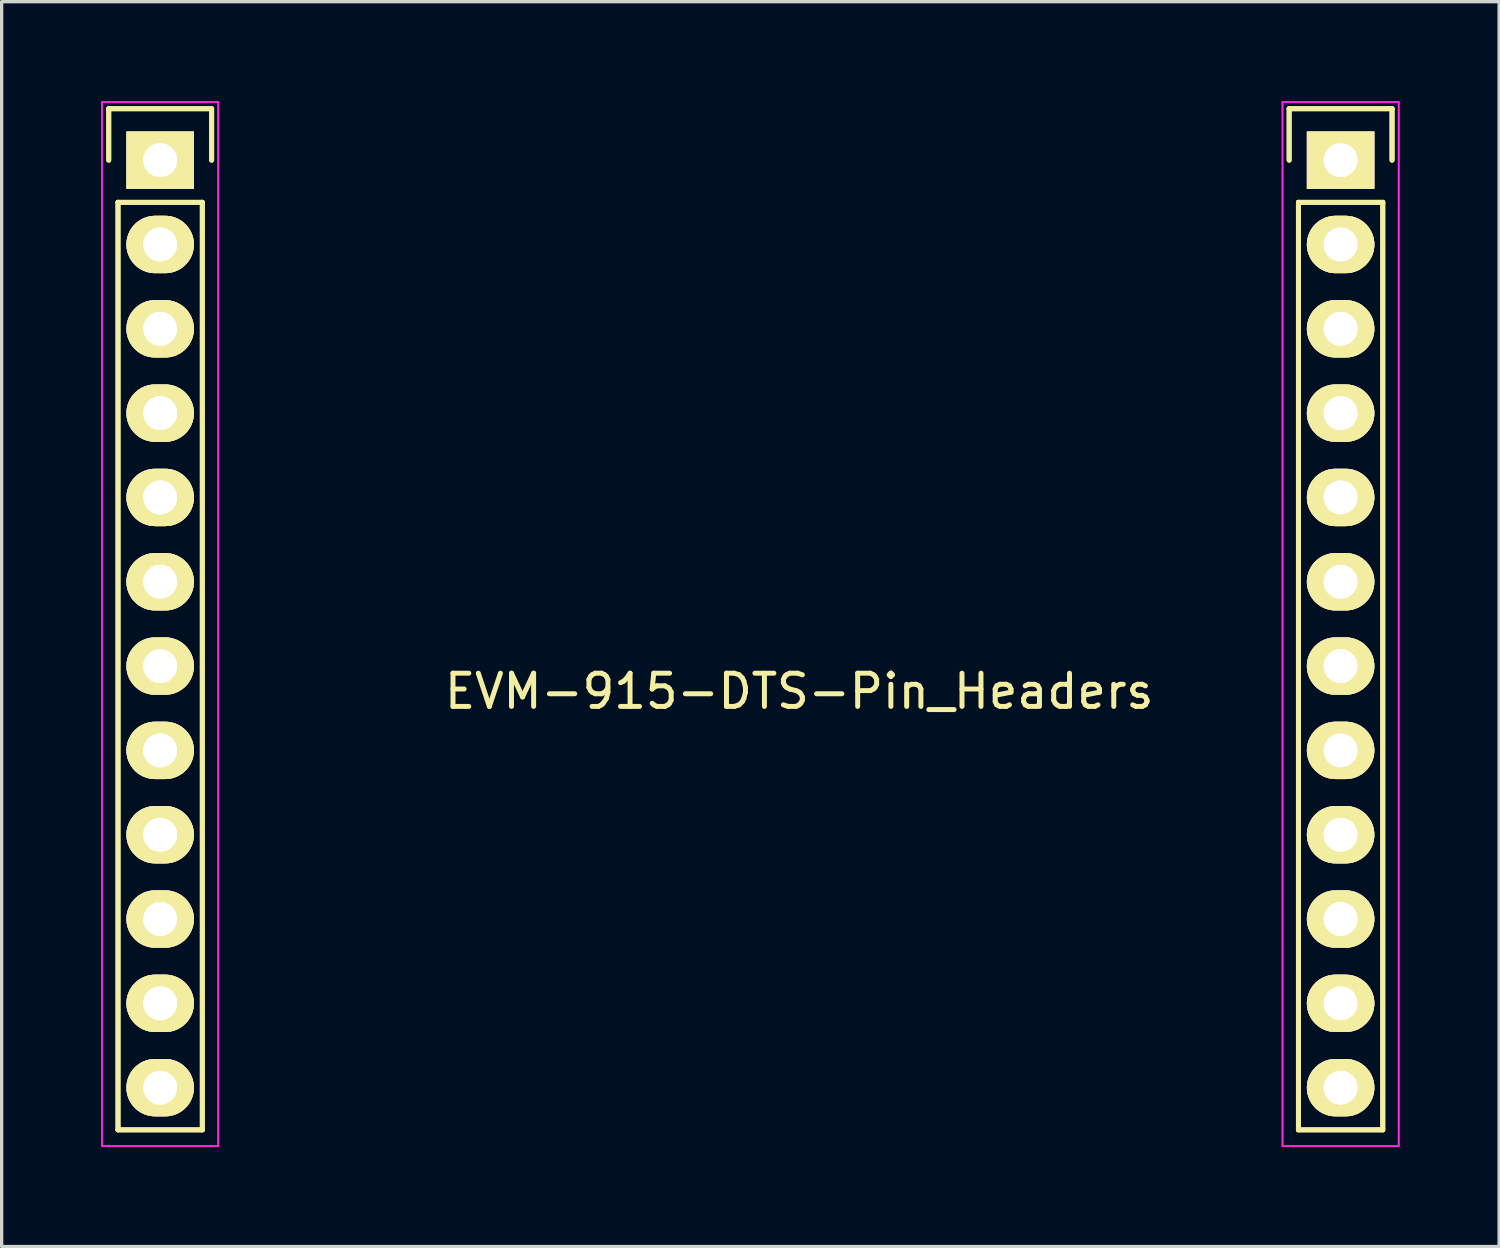
<source format=kicad_pcb>
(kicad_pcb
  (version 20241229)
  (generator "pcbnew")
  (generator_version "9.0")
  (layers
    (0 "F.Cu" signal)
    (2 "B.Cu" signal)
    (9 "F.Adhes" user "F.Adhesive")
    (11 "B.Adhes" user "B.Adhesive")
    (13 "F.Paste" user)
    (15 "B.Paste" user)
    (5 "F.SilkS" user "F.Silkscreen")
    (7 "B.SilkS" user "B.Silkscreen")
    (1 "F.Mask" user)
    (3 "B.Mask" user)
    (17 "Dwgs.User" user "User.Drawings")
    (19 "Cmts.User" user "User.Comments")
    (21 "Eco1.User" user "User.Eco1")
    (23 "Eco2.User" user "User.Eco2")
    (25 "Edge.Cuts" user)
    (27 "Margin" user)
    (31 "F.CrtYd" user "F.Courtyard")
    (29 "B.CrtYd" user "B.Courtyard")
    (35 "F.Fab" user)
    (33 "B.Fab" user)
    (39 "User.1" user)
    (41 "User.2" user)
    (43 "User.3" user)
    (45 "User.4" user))
  (footprint "EVM-915-DTS-Pin_Headers"
    (layer "F.Cu")
    (at 1.775 1.775)
    (property "Reference" "EVM-915-DTS-Pin_Headers" (at 19.25 16 0) (layer "F.SilkS") (effects (font (size 1 1) (thickness 0.15))))
    (attr through_hole)
    (fp_line (start -1.55 -1.55) (end 1.55 -1.55) (stroke (width 0.15) (type solid)) (layer "F.SilkS"))
    (fp_line (start -1.55 -1.55) (end 1.55 -1.55) (stroke (width 0.15) (type solid)) (layer "F.SilkS"))
    (fp_line (start -1.55 0) (end -1.55 -1.55) (stroke (width 0.15) (type solid)) (layer "F.SilkS"))
    (fp_line (start -1.55 0) (end -1.55 -1.55) (stroke (width 0.15) (type solid)) (layer "F.SilkS"))
    (fp_line (start -1.27 29.21) (end -1.27 1.27) (stroke (width 0.15) (type solid)) (layer "F.SilkS"))
    (fp_line (start -1.27 29.21) (end -1.27 1.27) (stroke (width 0.15) (type solid)) (layer "F.SilkS"))
    (fp_line (start 1.27 1.27) (end -1.27 1.27) (stroke (width 0.15) (type solid)) (layer "F.SilkS"))
    (fp_line (start 1.27 1.27) (end -1.27 1.27) (stroke (width 0.15) (type solid)) (layer "F.SilkS"))
    (fp_line (start 1.27 1.27) (end 1.27 29.21) (stroke (width 0.15) (type solid)) (layer "F.SilkS"))
    (fp_line (start 1.27 1.27) (end 1.27 29.21) (stroke (width 0.15) (type solid)) (layer "F.SilkS"))
    (fp_line (start 1.27 29.21) (end -1.27 29.21) (stroke (width 0.15) (type solid)) (layer "F.SilkS"))
    (fp_line (start 1.27 29.21) (end -1.27 29.21) (stroke (width 0.15) (type solid)) (layer "F.SilkS"))
    (fp_line (start 1.55 -1.55) (end 1.55 0) (stroke (width 0.15) (type solid)) (layer "F.SilkS"))
    (fp_line (start 1.55 -1.55) (end 1.55 0) (stroke (width 0.15) (type solid)) (layer "F.SilkS"))
    (fp_line (start 34.01 -1.55) (end 37.11 -1.55) (stroke (width 0.15) (type solid)) (layer "F.SilkS"))
    (fp_line (start 34.01 -1.55) (end 37.11 -1.55) (stroke (width 0.15) (type solid)) (layer "F.SilkS"))
    (fp_line (start 34.01 0) (end 34.01 -1.55) (stroke (width 0.15) (type solid)) (layer "F.SilkS"))
    (fp_line (start 34.01 0) (end 34.01 -1.55) (stroke (width 0.15) (type solid)) (layer "F.SilkS"))
    (fp_line (start 34.29 29.21) (end 34.29 1.27) (stroke (width 0.15) (type solid)) (layer "F.SilkS"))
    (fp_line (start 34.29 29.21) (end 34.29 1.27) (stroke (width 0.15) (type solid)) (layer "F.SilkS"))
    (fp_line (start 36.83 1.27) (end 34.29 1.27) (stroke (width 0.15) (type solid)) (layer "F.SilkS"))
    (fp_line (start 36.83 1.27) (end 34.29 1.27) (stroke (width 0.15) (type solid)) (layer "F.SilkS"))
    (fp_line (start 36.83 1.27) (end 36.83 29.21) (stroke (width 0.15) (type solid)) (layer "F.SilkS"))
    (fp_line (start 36.83 1.27) (end 36.83 29.21) (stroke (width 0.15) (type solid)) (layer "F.SilkS"))
    (fp_line (start 36.83 29.21) (end 34.29 29.21) (stroke (width 0.15) (type solid)) (layer "F.SilkS"))
    (fp_line (start 36.83 29.21) (end 34.29 29.21) (stroke (width 0.15) (type solid)) (layer "F.SilkS"))
    (fp_line (start 37.11 -1.55) (end 37.11 0) (stroke (width 0.15) (type solid)) (layer "F.SilkS"))
    (fp_line (start 37.11 -1.55) (end 37.11 0) (stroke (width 0.15) (type solid)) (layer "F.SilkS"))
    (fp_line (start -1.75 -1.75) (end -1.75 29.7) (stroke (width 0.05) (type solid)) (layer "F.CrtYd"))
    (fp_line (start -1.75 -1.75) (end -1.75 29.7) (stroke (width 0.05) (type solid)) (layer "F.CrtYd"))
    (fp_line (start -1.75 -1.75) (end 1.75 -1.75) (stroke (width 0.05) (type solid)) (layer "F.CrtYd"))
    (fp_line (start -1.75 -1.75) (end 1.75 -1.75) (stroke (width 0.05) (type solid)) (layer "F.CrtYd"))
    (fp_line (start -1.75 29.7) (end 1.75 29.7) (stroke (width 0.05) (type solid)) (layer "F.CrtYd"))
    (fp_line (start -1.75 29.7) (end 1.75 29.7) (stroke (width 0.05) (type solid)) (layer "F.CrtYd"))
    (fp_line (start 1.75 -1.75) (end 1.75 29.7) (stroke (width 0.05) (type solid)) (layer "F.CrtYd"))
    (fp_line (start 1.75 -1.75) (end 1.75 29.7) (stroke (width 0.05) (type solid)) (layer "F.CrtYd"))
    (fp_line (start 33.81 -1.75) (end 33.81 29.7) (stroke (width 0.05) (type solid)) (layer "F.CrtYd"))
    (fp_line (start 33.81 -1.75) (end 33.81 29.7) (stroke (width 0.05) (type solid)) (layer "F.CrtYd"))
    (fp_line (start 33.81 -1.75) (end 37.31 -1.75) (stroke (width 0.05) (type solid)) (layer "F.CrtYd"))
    (fp_line (start 33.81 -1.75) (end 37.31 -1.75) (stroke (width 0.05) (type solid)) (layer "F.CrtYd"))
    (fp_line (start 33.81 29.7) (end 37.31 29.7) (stroke (width 0.05) (type solid)) (layer "F.CrtYd"))
    (fp_line (start 33.81 29.7) (end 37.31 29.7) (stroke (width 0.05) (type solid)) (layer "F.CrtYd"))
    (fp_line (start 37.31 -1.75) (end 37.31 29.7) (stroke (width 0.05) (type solid)) (layer "F.CrtYd"))
    (fp_line (start 37.31 -1.75) (end 37.31 29.7) (stroke (width 0.05) (type solid)) (layer "F.CrtYd"))
    (pad "1" thru_hole rect (at 0 0) (size 2.032 1.727) (drill 1.016) (layers "*.Cu" "*.Mask" "F.SilkS"))
    (pad "1" thru_hole rect (at 0 0) (size 2.032 1.727) (drill 1.016) (layers "*.Cu" "*.Mask" "F.SilkS"))
    (pad "1" thru_hole rect (at 35.56 0) (size 2.032 1.727) (drill 1.016) (layers "*.Cu" "*.Mask" "F.SilkS"))
    (pad "1" thru_hole rect (at 35.56 0) (size 2.032 1.727) (drill 1.016) (layers "*.Cu" "*.Mask" "F.SilkS"))
    (pad "2" thru_hole oval (at 0 2.54) (size 2.032 1.727) (drill 1.016) (layers "*.Cu" "*.Mask" "F.SilkS"))
    (pad "2" thru_hole oval (at 0 2.54) (size 2.032 1.727) (drill 1.016) (layers "*.Cu" "*.Mask" "F.SilkS"))
    (pad "2" thru_hole oval (at 35.56 2.54) (size 2.032 1.727) (drill 1.016) (layers "*.Cu" "*.Mask" "F.SilkS"))
    (pad "2" thru_hole oval (at 35.56 2.54) (size 2.032 1.727) (drill 1.016) (layers "*.Cu" "*.Mask" "F.SilkS"))
    (pad "3" thru_hole oval (at 0 5.08) (size 2.032 1.727) (drill 1.016) (layers "*.Cu" "*.Mask" "F.SilkS"))
    (pad "3" thru_hole oval (at 0 5.08) (size 2.032 1.727) (drill 1.016) (layers "*.Cu" "*.Mask" "F.SilkS"))
    (pad "3" thru_hole oval (at 35.56 5.08) (size 2.032 1.727) (drill 1.016) (layers "*.Cu" "*.Mask" "F.SilkS"))
    (pad "3" thru_hole oval (at 35.56 5.08) (size 2.032 1.727) (drill 1.016) (layers "*.Cu" "*.Mask" "F.SilkS"))
    (pad "4" thru_hole oval (at 0 7.62) (size 2.032 1.727) (drill 1.016) (layers "*.Cu" "*.Mask" "F.SilkS"))
    (pad "4" thru_hole oval (at 0 7.62) (size 2.032 1.727) (drill 1.016) (layers "*.Cu" "*.Mask" "F.SilkS"))
    (pad "4" thru_hole oval (at 35.56 7.62) (size 2.032 1.727) (drill 1.016) (layers "*.Cu" "*.Mask" "F.SilkS"))
    (pad "4" thru_hole oval (at 35.56 7.62) (size 2.032 1.727) (drill 1.016) (layers "*.Cu" "*.Mask" "F.SilkS"))
    (pad "5" thru_hole oval (at 0 10.16) (size 2.032 1.727) (drill 1.016) (layers "*.Cu" "*.Mask" "F.SilkS"))
    (pad "5" thru_hole oval (at 0 10.16) (size 2.032 1.727) (drill 1.016) (layers "*.Cu" "*.Mask" "F.SilkS"))
    (pad "5" thru_hole oval (at 35.56 10.16) (size 2.032 1.727) (drill 1.016) (layers "*.Cu" "*.Mask" "F.SilkS"))
    (pad "5" thru_hole oval (at 35.56 10.16) (size 2.032 1.727) (drill 1.016) (layers "*.Cu" "*.Mask" "F.SilkS"))
    (pad "6" thru_hole oval (at 0 12.7) (size 2.032 1.727) (drill 1.016) (layers "*.Cu" "*.Mask" "F.SilkS"))
    (pad "6" thru_hole oval (at 0 12.7) (size 2.032 1.727) (drill 1.016) (layers "*.Cu" "*.Mask" "F.SilkS"))
    (pad "6" thru_hole oval (at 35.56 12.7) (size 2.032 1.727) (drill 1.016) (layers "*.Cu" "*.Mask" "F.SilkS"))
    (pad "6" thru_hole oval (at 35.56 12.7) (size 2.032 1.727) (drill 1.016) (layers "*.Cu" "*.Mask" "F.SilkS"))
    (pad "7" thru_hole oval (at 0 15.24) (size 2.032 1.727) (drill 1.016) (layers "*.Cu" "*.Mask" "F.SilkS"))
    (pad "7" thru_hole oval (at 0 15.24) (size 2.032 1.727) (drill 1.016) (layers "*.Cu" "*.Mask" "F.SilkS"))
    (pad "7" thru_hole oval (at 35.56 15.24) (size 2.032 1.727) (drill 1.016) (layers "*.Cu" "*.Mask" "F.SilkS"))
    (pad "7" thru_hole oval (at 35.56 15.24) (size 2.032 1.727) (drill 1.016) (layers "*.Cu" "*.Mask" "F.SilkS"))
    (pad "8" thru_hole oval (at 0 17.78) (size 2.032 1.727) (drill 1.016) (layers "*.Cu" "*.Mask" "F.SilkS"))
    (pad "8" thru_hole oval (at 0 17.78) (size 2.032 1.727) (drill 1.016) (layers "*.Cu" "*.Mask" "F.SilkS"))
    (pad "8" thru_hole oval (at 35.56 17.78) (size 2.032 1.727) (drill 1.016) (layers "*.Cu" "*.Mask" "F.SilkS"))
    (pad "8" thru_hole oval (at 35.56 17.78) (size 2.032 1.727) (drill 1.016) (layers "*.Cu" "*.Mask" "F.SilkS"))
    (pad "9" thru_hole oval (at 0 20.32) (size 2.032 1.727) (drill 1.016) (layers "*.Cu" "*.Mask" "F.SilkS"))
    (pad "9" thru_hole oval (at 0 20.32) (size 2.032 1.727) (drill 1.016) (layers "*.Cu" "*.Mask" "F.SilkS"))
    (pad "9" thru_hole oval (at 35.56 20.32) (size 2.032 1.727) (drill 1.016) (layers "*.Cu" "*.Mask" "F.SilkS"))
    (pad "9" thru_hole oval (at 35.56 20.32) (size 2.032 1.727) (drill 1.016) (layers "*.Cu" "*.Mask" "F.SilkS"))
    (pad "10" thru_hole oval (at 0 22.86) (size 2.032 1.727) (drill 1.016) (layers "*.Cu" "*.Mask" "F.SilkS"))
    (pad "10" thru_hole oval (at 0 22.86) (size 2.032 1.727) (drill 1.016) (layers "*.Cu" "*.Mask" "F.SilkS"))
    (pad "10" thru_hole oval (at 35.56 22.86) (size 2.032 1.727) (drill 1.016) (layers "*.Cu" "*.Mask" "F.SilkS"))
    (pad "10" thru_hole oval (at 35.56 22.86) (size 2.032 1.727) (drill 1.016) (layers "*.Cu" "*.Mask" "F.SilkS"))
    (pad "11" thru_hole oval (at 0 25.4) (size 2.032 1.727) (drill 1.016) (layers "*.Cu" "*.Mask" "F.SilkS"))
    (pad "11" thru_hole oval (at 0 25.4) (size 2.032 1.727) (drill 1.016) (layers "*.Cu" "*.Mask" "F.SilkS"))
    (pad "11" thru_hole oval (at 35.56 25.4) (size 2.032 1.727) (drill 1.016) (layers "*.Cu" "*.Mask" "F.SilkS"))
    (pad "11" thru_hole oval (at 35.56 25.4) (size 2.032 1.727) (drill 1.016) (layers "*.Cu" "*.Mask" "F.SilkS"))
    (pad "12" thru_hole oval (at 0 27.94) (size 2.032 1.727) (drill 1.016) (layers "*.Cu" "*.Mask" "F.SilkS"))
    (pad "12" thru_hole oval (at 0 27.94) (size 2.032 1.727) (drill 1.016) (layers "*.Cu" "*.Mask" "F.SilkS"))
    (pad "12" thru_hole oval (at 35.56 27.94) (size 2.032 1.727) (drill 1.016) (layers "*.Cu" "*.Mask" "F.SilkS"))
    (pad "12" thru_hole oval (at 35.56 27.94) (size 2.032 1.727) (drill 1.016) (layers "*.Cu" "*.Mask" "F.SilkS")))
  (gr_rect
    (start -3 -3)
    (end 42.11 34.5)
    (stroke (width 0.1) (type default))
    (fill no)
    (layer "Edge.Cuts")))
</source>
